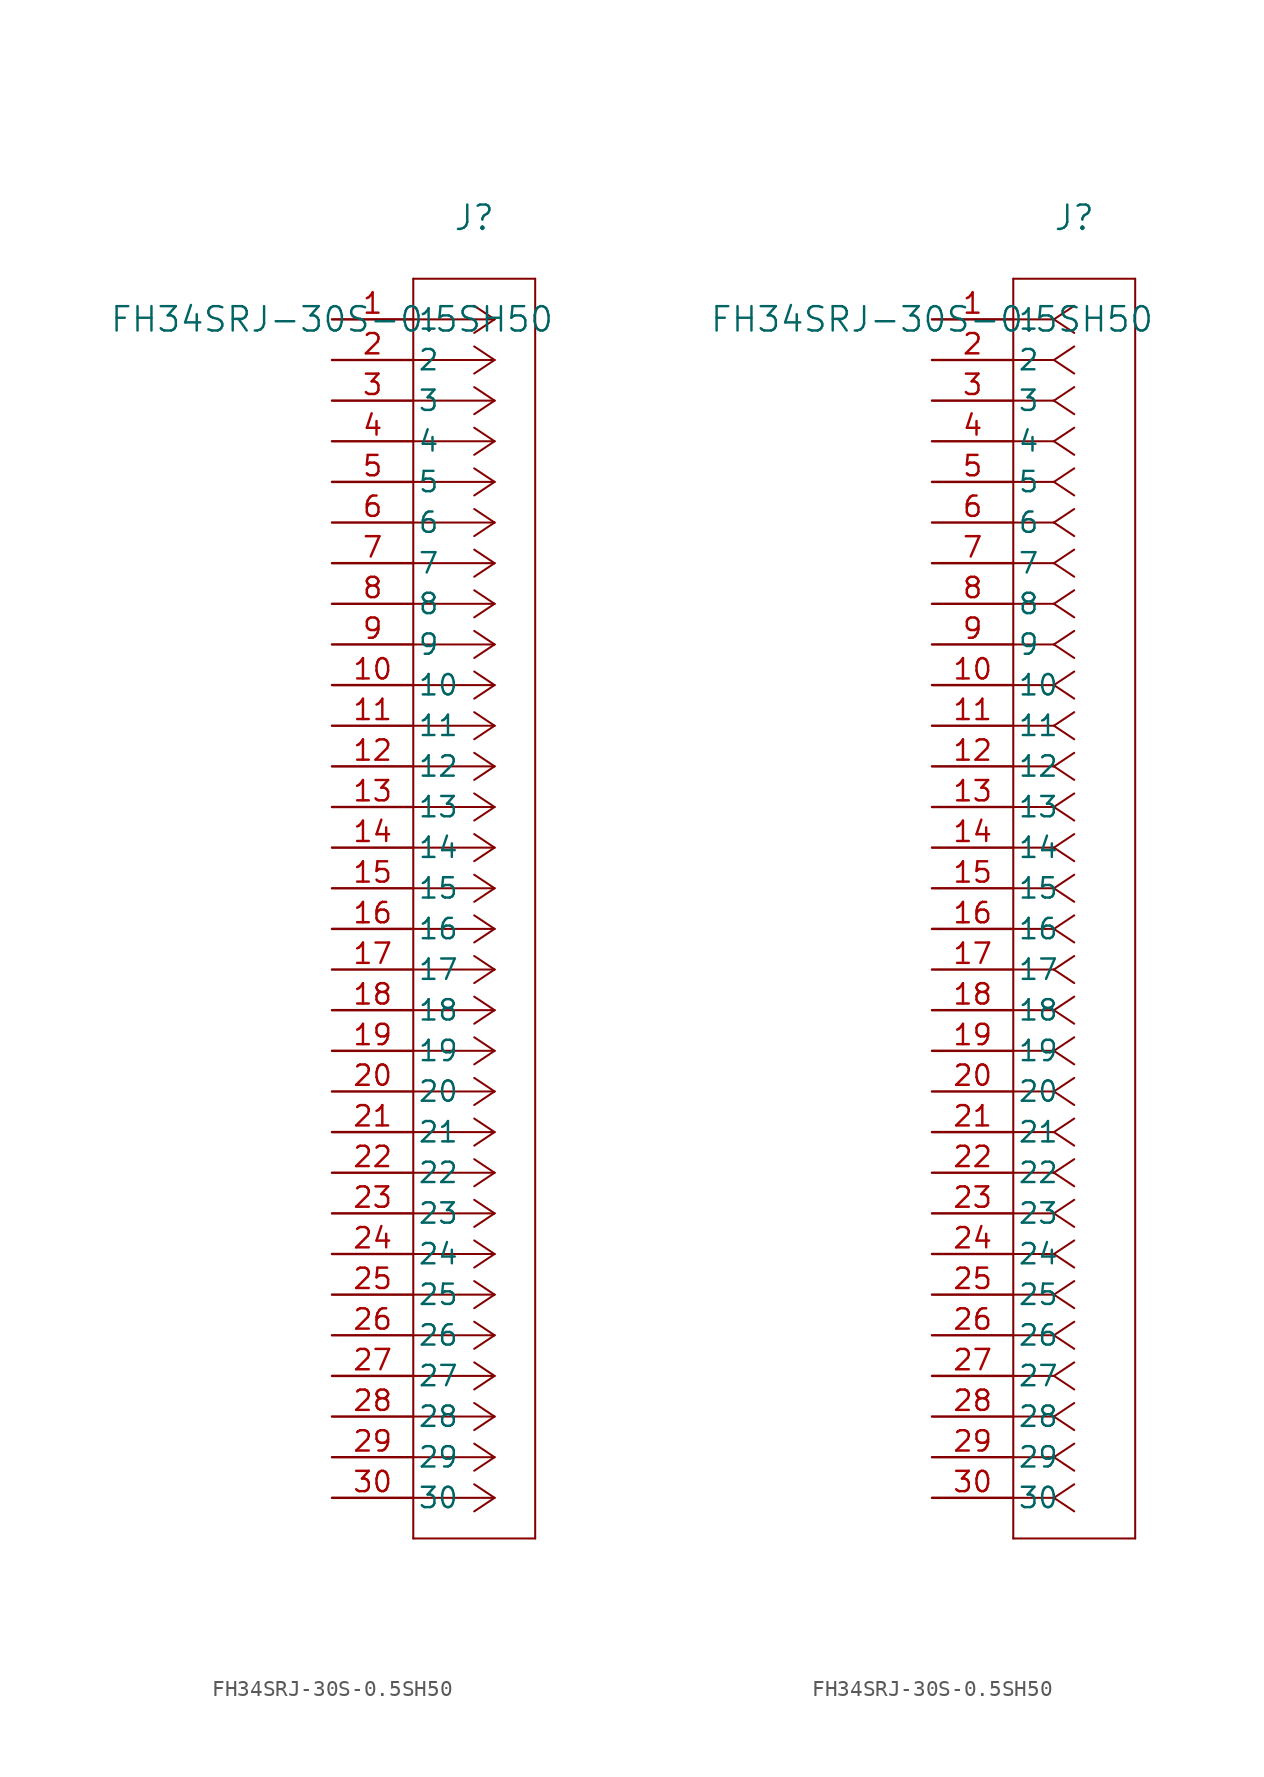
<source format=kicad_sym>
(kicad_symbol_lib
  (version 20211014)
  (generator kicad_symbol_editor)
  (symbol "FH34SRJ-30S-0.5SH50"
    (pin_names
      (offset 0.254))
    (property "Reference" "J"
      (at 8.89 6.35 0)
      (effects (font (size 1.524 1.524))))
    (property "Value" "FH34SRJ-30S-0.5SH50"
      (at 0 0 0)
      (effects (font (size 1.524 1.524))))
    (symbol "FH34SRJ-30S-0.5SH50_1_1"
      (polyline (pts (xy 10.16 0) (xy 5.08 0)) (stroke (width 0.127) (type default) (color 0 0 0 0)) (fill (type none)))
      (polyline (pts (xy 10.16 -2.54) (xy 5.08 -2.54)) (stroke (width 0.127) (type default) (color 0 0 0 0)) (fill (type none)))
      (polyline (pts (xy 10.16 -5.08) (xy 5.08 -5.08)) (stroke (width 0.127) (type default) (color 0 0 0 0)) (fill (type none)))
      (polyline (pts (xy 10.16 -7.62) (xy 5.08 -7.62)) (stroke (width 0.127) (type default) (color 0 0 0 0)) (fill (type none)))
      (polyline (pts (xy 10.16 -10.16) (xy 5.08 -10.16)) (stroke (width 0.127) (type default) (color 0 0 0 0)) (fill (type none)))
      (polyline (pts (xy 10.16 -12.7) (xy 5.08 -12.7)) (stroke (width 0.127) (type default) (color 0 0 0 0)) (fill (type none)))
      (polyline (pts (xy 10.16 -15.24) (xy 5.08 -15.24)) (stroke (width 0.127) (type default) (color 0 0 0 0)) (fill (type none)))
      (polyline (pts (xy 10.16 -17.78) (xy 5.08 -17.78)) (stroke (width 0.127) (type default) (color 0 0 0 0)) (fill (type none)))
      (polyline (pts (xy 10.16 -20.32) (xy 5.08 -20.32)) (stroke (width 0.127) (type default) (color 0 0 0 0)) (fill (type none)))
      (polyline (pts (xy 10.16 -22.86) (xy 5.08 -22.86)) (stroke (width 0.127) (type default) (color 0 0 0 0)) (fill (type none)))
      (polyline (pts (xy 10.16 -25.4) (xy 5.08 -25.4)) (stroke (width 0.127) (type default) (color 0 0 0 0)) (fill (type none)))
      (polyline (pts (xy 10.16 -27.94) (xy 5.08 -27.94)) (stroke (width 0.127) (type default) (color 0 0 0 0)) (fill (type none)))
      (polyline (pts (xy 10.16 -30.48) (xy 5.08 -30.48)) (stroke (width 0.127) (type default) (color 0 0 0 0)) (fill (type none)))
      (polyline (pts (xy 10.16 -33.02) (xy 5.08 -33.02)) (stroke (width 0.127) (type default) (color 0 0 0 0)) (fill (type none)))
      (polyline (pts (xy 10.16 -35.56) (xy 5.08 -35.56)) (stroke (width 0.127) (type default) (color 0 0 0 0)) (fill (type none)))
      (polyline (pts (xy 10.16 -38.1) (xy 5.08 -38.1)) (stroke (width 0.127) (type default) (color 0 0 0 0)) (fill (type none)))
      (polyline (pts (xy 10.16 -40.64) (xy 5.08 -40.64)) (stroke (width 0.127) (type default) (color 0 0 0 0)) (fill (type none)))
      (polyline (pts (xy 10.16 -43.18) (xy 5.08 -43.18)) (stroke (width 0.127) (type default) (color 0 0 0 0)) (fill (type none)))
      (polyline (pts (xy 10.16 -45.72) (xy 5.08 -45.72)) (stroke (width 0.127) (type default) (color 0 0 0 0)) (fill (type none)))
      (polyline (pts (xy 10.16 -48.26) (xy 5.08 -48.26)) (stroke (width 0.127) (type default) (color 0 0 0 0)) (fill (type none)))
      (polyline (pts (xy 10.16 -50.8) (xy 5.08 -50.8)) (stroke (width 0.127) (type default) (color 0 0 0 0)) (fill (type none)))
      (polyline (pts (xy 10.16 -53.34) (xy 5.08 -53.34)) (stroke (width 0.127) (type default) (color 0 0 0 0)) (fill (type none)))
      (polyline (pts (xy 10.16 -55.88) (xy 5.08 -55.88)) (stroke (width 0.127) (type default) (color 0 0 0 0)) (fill (type none)))
      (polyline (pts (xy 10.16 -58.42) (xy 5.08 -58.42)) (stroke (width 0.127) (type default) (color 0 0 0 0)) (fill (type none)))
      (polyline (pts (xy 10.16 -60.96) (xy 5.08 -60.96)) (stroke (width 0.127) (type default) (color 0 0 0 0)) (fill (type none)))
      (polyline (pts (xy 10.16 -63.5) (xy 5.08 -63.5)) (stroke (width 0.127) (type default) (color 0 0 0 0)) (fill (type none)))
      (polyline (pts (xy 10.16 -66.04) (xy 5.08 -66.04)) (stroke (width 0.127) (type default) (color 0 0 0 0)) (fill (type none)))
      (polyline (pts (xy 10.16 -68.58) (xy 5.08 -68.58)) (stroke (width 0.127) (type default) (color 0 0 0 0)) (fill (type none)))
      (polyline (pts (xy 10.16 -71.12) (xy 5.08 -71.12)) (stroke (width 0.127) (type default) (color 0 0 0 0)) (fill (type none)))
      (polyline (pts (xy 10.16 -73.66) (xy 5.08 -73.66)) (stroke (width 0.127) (type default) (color 0 0 0 0)) (fill (type none)))
      (polyline (pts (xy 10.16 0) (xy 8.89 0.847)) (stroke (width 0.127) (type default) (color 0 0 0 0)) (fill (type none)))
      (polyline (pts (xy 10.16 -2.54) (xy 8.89 -1.693)) (stroke (width 0.127) (type default) (color 0 0 0 0)) (fill (type none)))
      (polyline (pts (xy 10.16 -5.08) (xy 8.89 -4.233)) (stroke (width 0.127) (type default) (color 0 0 0 0)) (fill (type none)))
      (polyline (pts (xy 10.16 -7.62) (xy 8.89 -6.773)) (stroke (width 0.127) (type default) (color 0 0 0 0)) (fill (type none)))
      (polyline (pts (xy 10.16 -10.16) (xy 8.89 -9.313)) (stroke (width 0.127) (type default) (color 0 0 0 0)) (fill (type none)))
      (polyline (pts (xy 10.16 -12.7) (xy 8.89 -11.853)) (stroke (width 0.127) (type default) (color 0 0 0 0)) (fill (type none)))
      (polyline (pts (xy 10.16 -15.24) (xy 8.89 -14.393)) (stroke (width 0.127) (type default) (color 0 0 0 0)) (fill (type none)))
      (polyline (pts (xy 10.16 -17.78) (xy 8.89 -16.933)) (stroke (width 0.127) (type default) (color 0 0 0 0)) (fill (type none)))
      (polyline (pts (xy 10.16 -20.32) (xy 8.89 -19.473)) (stroke (width 0.127) (type default) (color 0 0 0 0)) (fill (type none)))
      (polyline (pts (xy 10.16 -22.86) (xy 8.89 -22.013)) (stroke (width 0.127) (type default) (color 0 0 0 0)) (fill (type none)))
      (polyline (pts (xy 10.16 -25.4) (xy 8.89 -24.553)) (stroke (width 0.127) (type default) (color 0 0 0 0)) (fill (type none)))
      (polyline (pts (xy 10.16 -27.94) (xy 8.89 -27.093)) (stroke (width 0.127) (type default) (color 0 0 0 0)) (fill (type none)))
      (polyline (pts (xy 10.16 -30.48) (xy 8.89 -29.633)) (stroke (width 0.127) (type default) (color 0 0 0 0)) (fill (type none)))
      (polyline (pts (xy 10.16 -33.02) (xy 8.89 -32.173)) (stroke (width 0.127) (type default) (color 0 0 0 0)) (fill (type none)))
      (polyline (pts (xy 10.16 -35.56) (xy 8.89 -34.713)) (stroke (width 0.127) (type default) (color 0 0 0 0)) (fill (type none)))
      (polyline (pts (xy 10.16 -38.1) (xy 8.89 -37.253)) (stroke (width 0.127) (type default) (color 0 0 0 0)) (fill (type none)))
      (polyline (pts (xy 10.16 -40.64) (xy 8.89 -39.793)) (stroke (width 0.127) (type default) (color 0 0 0 0)) (fill (type none)))
      (polyline (pts (xy 10.16 -43.18) (xy 8.89 -42.333)) (stroke (width 0.127) (type default) (color 0 0 0 0)) (fill (type none)))
      (polyline (pts (xy 10.16 -45.72) (xy 8.89 -44.873)) (stroke (width 0.127) (type default) (color 0 0 0 0)) (fill (type none)))
      (polyline (pts (xy 10.16 -48.26) (xy 8.89 -47.413)) (stroke (width 0.127) (type default) (color 0 0 0 0)) (fill (type none)))
      (polyline (pts (xy 10.16 -50.8) (xy 8.89 -49.953)) (stroke (width 0.127) (type default) (color 0 0 0 0)) (fill (type none)))
      (polyline (pts (xy 10.16 -53.34) (xy 8.89 -52.493)) (stroke (width 0.127) (type default) (color 0 0 0 0)) (fill (type none)))
      (polyline (pts (xy 10.16 -55.88) (xy 8.89 -55.033)) (stroke (width 0.127) (type default) (color 0 0 0 0)) (fill (type none)))
      (polyline (pts (xy 10.16 -58.42) (xy 8.89 -57.573)) (stroke (width 0.127) (type default) (color 0 0 0 0)) (fill (type none)))
      (polyline (pts (xy 10.16 -60.96) (xy 8.89 -60.113)) (stroke (width 0.127) (type default) (color 0 0 0 0)) (fill (type none)))
      (polyline (pts (xy 10.16 -63.5) (xy 8.89 -62.653)) (stroke (width 0.127) (type default) (color 0 0 0 0)) (fill (type none)))
      (polyline (pts (xy 10.16 -66.04) (xy 8.89 -65.193)) (stroke (width 0.127) (type default) (color 0 0 0 0)) (fill (type none)))
      (polyline (pts (xy 10.16 -68.58) (xy 8.89 -67.733)) (stroke (width 0.127) (type default) (color 0 0 0 0)) (fill (type none)))
      (polyline (pts (xy 10.16 -71.12) (xy 8.89 -70.273)) (stroke (width 0.127) (type default) (color 0 0 0 0)) (fill (type none)))
      (polyline (pts (xy 10.16 -73.66) (xy 8.89 -72.813)) (stroke (width 0.127) (type default) (color 0 0 0 0)) (fill (type none)))
      (polyline (pts (xy 10.16 0) (xy 8.89 -0.847)) (stroke (width 0.127) (type default) (color 0 0 0 0)) (fill (type none)))
      (polyline (pts (xy 10.16 -2.54) (xy 8.89 -3.387)) (stroke (width 0.127) (type default) (color 0 0 0 0)) (fill (type none)))
      (polyline (pts (xy 10.16 -5.08) (xy 8.89 -5.927)) (stroke (width 0.127) (type default) (color 0 0 0 0)) (fill (type none)))
      (polyline (pts (xy 10.16 -7.62) (xy 8.89 -8.467)) (stroke (width 0.127) (type default) (color 0 0 0 0)) (fill (type none)))
      (polyline (pts (xy 10.16 -10.16) (xy 8.89 -11.007)) (stroke (width 0.127) (type default) (color 0 0 0 0)) (fill (type none)))
      (polyline (pts (xy 10.16 -12.7) (xy 8.89 -13.547)) (stroke (width 0.127) (type default) (color 0 0 0 0)) (fill (type none)))
      (polyline (pts (xy 10.16 -15.24) (xy 8.89 -16.087)) (stroke (width 0.127) (type default) (color 0 0 0 0)) (fill (type none)))
      (polyline (pts (xy 10.16 -17.78) (xy 8.89 -18.627)) (stroke (width 0.127) (type default) (color 0 0 0 0)) (fill (type none)))
      (polyline (pts (xy 10.16 -20.32) (xy 8.89 -21.167)) (stroke (width 0.127) (type default) (color 0 0 0 0)) (fill (type none)))
      (polyline (pts (xy 10.16 -22.86) (xy 8.89 -23.707)) (stroke (width 0.127) (type default) (color 0 0 0 0)) (fill (type none)))
      (polyline (pts (xy 10.16 -25.4) (xy 8.89 -26.247)) (stroke (width 0.127) (type default) (color 0 0 0 0)) (fill (type none)))
      (polyline (pts (xy 10.16 -27.94) (xy 8.89 -28.787)) (stroke (width 0.127) (type default) (color 0 0 0 0)) (fill (type none)))
      (polyline (pts (xy 10.16 -30.48) (xy 8.89 -31.327)) (stroke (width 0.127) (type default) (color 0 0 0 0)) (fill (type none)))
      (polyline (pts (xy 10.16 -33.02) (xy 8.89 -33.867)) (stroke (width 0.127) (type default) (color 0 0 0 0)) (fill (type none)))
      (polyline (pts (xy 10.16 -35.56) (xy 8.89 -36.407)) (stroke (width 0.127) (type default) (color 0 0 0 0)) (fill (type none)))
      (polyline (pts (xy 10.16 -38.1) (xy 8.89 -38.947)) (stroke (width 0.127) (type default) (color 0 0 0 0)) (fill (type none)))
      (polyline (pts (xy 10.16 -40.64) (xy 8.89 -41.487)) (stroke (width 0.127) (type default) (color 0 0 0 0)) (fill (type none)))
      (polyline (pts (xy 10.16 -43.18) (xy 8.89 -44.027)) (stroke (width 0.127) (type default) (color 0 0 0 0)) (fill (type none)))
      (polyline (pts (xy 10.16 -45.72) (xy 8.89 -46.567)) (stroke (width 0.127) (type default) (color 0 0 0 0)) (fill (type none)))
      (polyline (pts (xy 10.16 -48.26) (xy 8.89 -49.107)) (stroke (width 0.127) (type default) (color 0 0 0 0)) (fill (type none)))
      (polyline (pts (xy 10.16 -50.8) (xy 8.89 -51.647)) (stroke (width 0.127) (type default) (color 0 0 0 0)) (fill (type none)))
      (polyline (pts (xy 10.16 -53.34) (xy 8.89 -54.187)) (stroke (width 0.127) (type default) (color 0 0 0 0)) (fill (type none)))
      (polyline (pts (xy 10.16 -55.88) (xy 8.89 -56.727)) (stroke (width 0.127) (type default) (color 0 0 0 0)) (fill (type none)))
      (polyline (pts (xy 10.16 -58.42) (xy 8.89 -59.267)) (stroke (width 0.127) (type default) (color 0 0 0 0)) (fill (type none)))
      (polyline (pts (xy 10.16 -60.96) (xy 8.89 -61.807)) (stroke (width 0.127) (type default) (color 0 0 0 0)) (fill (type none)))
      (polyline (pts (xy 10.16 -63.5) (xy 8.89 -64.347)) (stroke (width 0.127) (type default) (color 0 0 0 0)) (fill (type none)))
      (polyline (pts (xy 10.16 -66.04) (xy 8.89 -66.887)) (stroke (width 0.127) (type default) (color 0 0 0 0)) (fill (type none)))
      (polyline (pts (xy 10.16 -68.58) (xy 8.89 -69.427)) (stroke (width 0.127) (type default) (color 0 0 0 0)) (fill (type none)))
      (polyline (pts (xy 10.16 -71.12) (xy 8.89 -71.967)) (stroke (width 0.127) (type default) (color 0 0 0 0)) (fill (type none)))
      (polyline (pts (xy 10.16 -73.66) (xy 8.89 -74.507)) (stroke (width 0.127) (type default) (color 0 0 0 0)) (fill (type none)))
      (polyline (pts (xy 5.08 2.54) (xy 5.08 -76.2)) (stroke (width 0.127) (type default) (color 0 0 0 0)) (fill (type none)))
      (polyline (pts (xy 5.08 -76.2) (xy 12.7 -76.2)) (stroke (width 0.127) (type default) (color 0 0 0 0)) (fill (type none)))
      (polyline (pts (xy 12.7 -76.2) (xy 12.7 2.54)) (stroke (width 0.127) (type default) (color 0 0 0 0)) (fill (type none)))
      (polyline (pts (xy 12.7 2.54) (xy 5.08 2.54)) (stroke (width 0.127) (type default) (color 0 0 0 0)) (fill (type none)))
      (pin unspecified line (at 0 0 0) (length 5.08) (name "1" (effects (font (size 1.27 1.27)))) (number "1" (effects (font (size 1.27 1.27)))))
      (pin unspecified line (at 0 -2.54 0) (length 5.08) (name "2" (effects (font (size 1.27 1.27)))) (number "2" (effects (font (size 1.27 1.27)))))
      (pin unspecified line (at 0 -5.08 0) (length 5.08) (name "3" (effects (font (size 1.27 1.27)))) (number "3" (effects (font (size 1.27 1.27)))))
      (pin unspecified line (at 0 -7.62 0) (length 5.08) (name "4" (effects (font (size 1.27 1.27)))) (number "4" (effects (font (size 1.27 1.27)))))
      (pin unspecified line (at 0 -10.16 0) (length 5.08) (name "5" (effects (font (size 1.27 1.27)))) (number "5" (effects (font (size 1.27 1.27)))))
      (pin unspecified line (at 0 -12.7 0) (length 5.08) (name "6" (effects (font (size 1.27 1.27)))) (number "6" (effects (font (size 1.27 1.27)))))
      (pin unspecified line (at 0 -15.24 0) (length 5.08) (name "7" (effects (font (size 1.27 1.27)))) (number "7" (effects (font (size 1.27 1.27)))))
      (pin unspecified line (at 0 -17.78 0) (length 5.08) (name "8" (effects (font (size 1.27 1.27)))) (number "8" (effects (font (size 1.27 1.27)))))
      (pin unspecified line (at 0 -20.32 0) (length 5.08) (name "9" (effects (font (size 1.27 1.27)))) (number "9" (effects (font (size 1.27 1.27)))))
      (pin unspecified line (at 0 -22.86 0) (length 5.08) (name "10" (effects (font (size 1.27 1.27)))) (number "10" (effects (font (size 1.27 1.27)))))
      (pin unspecified line (at 0 -25.4 0) (length 5.08) (name "11" (effects (font (size 1.27 1.27)))) (number "11" (effects (font (size 1.27 1.27)))))
      (pin unspecified line (at 0 -27.94 0) (length 5.08) (name "12" (effects (font (size 1.27 1.27)))) (number "12" (effects (font (size 1.27 1.27)))))
      (pin unspecified line (at 0 -30.48 0) (length 5.08) (name "13" (effects (font (size 1.27 1.27)))) (number "13" (effects (font (size 1.27 1.27)))))
      (pin unspecified line (at 0 -33.02 0) (length 5.08) (name "14" (effects (font (size 1.27 1.27)))) (number "14" (effects (font (size 1.27 1.27)))))
      (pin unspecified line (at 0 -35.56 0) (length 5.08) (name "15" (effects (font (size 1.27 1.27)))) (number "15" (effects (font (size 1.27 1.27)))))
      (pin unspecified line (at 0 -38.1 0) (length 5.08) (name "16" (effects (font (size 1.27 1.27)))) (number "16" (effects (font (size 1.27 1.27)))))
      (pin unspecified line (at 0 -40.64 0) (length 5.08) (name "17" (effects (font (size 1.27 1.27)))) (number "17" (effects (font (size 1.27 1.27)))))
      (pin unspecified line (at 0 -43.18 0) (length 5.08) (name "18" (effects (font (size 1.27 1.27)))) (number "18" (effects (font (size 1.27 1.27)))))
      (pin unspecified line (at 0 -45.72 0) (length 5.08) (name "19" (effects (font (size 1.27 1.27)))) (number "19" (effects (font (size 1.27 1.27)))))
      (pin unspecified line (at 0 -48.26 0) (length 5.08) (name "20" (effects (font (size 1.27 1.27)))) (number "20" (effects (font (size 1.27 1.27)))))
      (pin unspecified line (at 0 -50.8 0) (length 5.08) (name "21" (effects (font (size 1.27 1.27)))) (number "21" (effects (font (size 1.27 1.27)))))
      (pin unspecified line (at 0 -53.34 0) (length 5.08) (name "22" (effects (font (size 1.27 1.27)))) (number "22" (effects (font (size 1.27 1.27)))))
      (pin unspecified line (at 0 -55.88 0) (length 5.08) (name "23" (effects (font (size 1.27 1.27)))) (number "23" (effects (font (size 1.27 1.27)))))
      (pin unspecified line (at 0 -58.42 0) (length 5.08) (name "24" (effects (font (size 1.27 1.27)))) (number "24" (effects (font (size 1.27 1.27)))))
      (pin unspecified line (at 0 -60.96 0) (length 5.08) (name "25" (effects (font (size 1.27 1.27)))) (number "25" (effects (font (size 1.27 1.27)))))
      (pin unspecified line (at 0 -63.5 0) (length 5.08) (name "26" (effects (font (size 1.27 1.27)))) (number "26" (effects (font (size 1.27 1.27)))))
      (pin unspecified line (at 0 -66.04 0) (length 5.08) (name "27" (effects (font (size 1.27 1.27)))) (number "27" (effects (font (size 1.27 1.27)))))
      (pin unspecified line (at 0 -68.58 0) (length 5.08) (name "28" (effects (font (size 1.27 1.27)))) (number "28" (effects (font (size 1.27 1.27)))))
      (pin unspecified line (at 0 -71.12 0) (length 5.08) (name "29" (effects (font (size 1.27 1.27)))) (number "29" (effects (font (size 1.27 1.27)))))
      (pin unspecified line (at 0 -73.66 0) (length 5.08) (name "30" (effects (font (size 1.27 1.27)))) (number "30" (effects (font (size 1.27 1.27))))))
    (symbol "FH34SRJ-30S-0.5SH50_1_2"
      (polyline (pts (xy 7.62 0) (xy 5.08 0)) (stroke (width 0.127) (type default) (color 0 0 0 0)) (fill (type none)))
      (polyline (pts (xy 7.62 -2.54) (xy 5.08 -2.54)) (stroke (width 0.127) (type default) (color 0 0 0 0)) (fill (type none)))
      (polyline (pts (xy 7.62 -5.08) (xy 5.08 -5.08)) (stroke (width 0.127) (type default) (color 0 0 0 0)) (fill (type none)))
      (polyline (pts (xy 7.62 -7.62) (xy 5.08 -7.62)) (stroke (width 0.127) (type default) (color 0 0 0 0)) (fill (type none)))
      (polyline (pts (xy 7.62 -10.16) (xy 5.08 -10.16)) (stroke (width 0.127) (type default) (color 0 0 0 0)) (fill (type none)))
      (polyline (pts (xy 7.62 -12.7) (xy 5.08 -12.7)) (stroke (width 0.127) (type default) (color 0 0 0 0)) (fill (type none)))
      (polyline (pts (xy 7.62 -15.24) (xy 5.08 -15.24)) (stroke (width 0.127) (type default) (color 0 0 0 0)) (fill (type none)))
      (polyline (pts (xy 7.62 -17.78) (xy 5.08 -17.78)) (stroke (width 0.127) (type default) (color 0 0 0 0)) (fill (type none)))
      (polyline (pts (xy 7.62 -20.32) (xy 5.08 -20.32)) (stroke (width 0.127) (type default) (color 0 0 0 0)) (fill (type none)))
      (polyline (pts (xy 7.62 -22.86) (xy 5.08 -22.86)) (stroke (width 0.127) (type default) (color 0 0 0 0)) (fill (type none)))
      (polyline (pts (xy 7.62 -25.4) (xy 5.08 -25.4)) (stroke (width 0.127) (type default) (color 0 0 0 0)) (fill (type none)))
      (polyline (pts (xy 7.62 -27.94) (xy 5.08 -27.94)) (stroke (width 0.127) (type default) (color 0 0 0 0)) (fill (type none)))
      (polyline (pts (xy 7.62 -30.48) (xy 5.08 -30.48)) (stroke (width 0.127) (type default) (color 0 0 0 0)) (fill (type none)))
      (polyline (pts (xy 7.62 -33.02) (xy 5.08 -33.02)) (stroke (width 0.127) (type default) (color 0 0 0 0)) (fill (type none)))
      (polyline (pts (xy 7.62 -35.56) (xy 5.08 -35.56)) (stroke (width 0.127) (type default) (color 0 0 0 0)) (fill (type none)))
      (polyline (pts (xy 7.62 -38.1) (xy 5.08 -38.1)) (stroke (width 0.127) (type default) (color 0 0 0 0)) (fill (type none)))
      (polyline (pts (xy 7.62 -40.64) (xy 5.08 -40.64)) (stroke (width 0.127) (type default) (color 0 0 0 0)) (fill (type none)))
      (polyline (pts (xy 7.62 -43.18) (xy 5.08 -43.18)) (stroke (width 0.127) (type default) (color 0 0 0 0)) (fill (type none)))
      (polyline (pts (xy 7.62 -45.72) (xy 5.08 -45.72)) (stroke (width 0.127) (type default) (color 0 0 0 0)) (fill (type none)))
      (polyline (pts (xy 7.62 -48.26) (xy 5.08 -48.26)) (stroke (width 0.127) (type default) (color 0 0 0 0)) (fill (type none)))
      (polyline (pts (xy 7.62 -50.8) (xy 5.08 -50.8)) (stroke (width 0.127) (type default) (color 0 0 0 0)) (fill (type none)))
      (polyline (pts (xy 7.62 -53.34) (xy 5.08 -53.34)) (stroke (width 0.127) (type default) (color 0 0 0 0)) (fill (type none)))
      (polyline (pts (xy 7.62 -55.88) (xy 5.08 -55.88)) (stroke (width 0.127) (type default) (color 0 0 0 0)) (fill (type none)))
      (polyline (pts (xy 7.62 -58.42) (xy 5.08 -58.42)) (stroke (width 0.127) (type default) (color 0 0 0 0)) (fill (type none)))
      (polyline (pts (xy 7.62 -60.96) (xy 5.08 -60.96)) (stroke (width 0.127) (type default) (color 0 0 0 0)) (fill (type none)))
      (polyline (pts (xy 7.62 -63.5) (xy 5.08 -63.5)) (stroke (width 0.127) (type default) (color 0 0 0 0)) (fill (type none)))
      (polyline (pts (xy 7.62 -66.04) (xy 5.08 -66.04)) (stroke (width 0.127) (type default) (color 0 0 0 0)) (fill (type none)))
      (polyline (pts (xy 7.62 -68.58) (xy 5.08 -68.58)) (stroke (width 0.127) (type default) (color 0 0 0 0)) (fill (type none)))
      (polyline (pts (xy 7.62 -71.12) (xy 5.08 -71.12)) (stroke (width 0.127) (type default) (color 0 0 0 0)) (fill (type none)))
      (polyline (pts (xy 7.62 -73.66) (xy 5.08 -73.66)) (stroke (width 0.127) (type default) (color 0 0 0 0)) (fill (type none)))
      (polyline (pts (xy 7.62 0) (xy 8.89 0.847)) (stroke (width 0.127) (type default) (color 0 0 0 0)) (fill (type none)))
      (polyline (pts (xy 7.62 -2.54) (xy 8.89 -1.693)) (stroke (width 0.127) (type default) (color 0 0 0 0)) (fill (type none)))
      (polyline (pts (xy 7.62 -5.08) (xy 8.89 -4.233)) (stroke (width 0.127) (type default) (color 0 0 0 0)) (fill (type none)))
      (polyline (pts (xy 7.62 -7.62) (xy 8.89 -6.773)) (stroke (width 0.127) (type default) (color 0 0 0 0)) (fill (type none)))
      (polyline (pts (xy 7.62 -10.16) (xy 8.89 -9.313)) (stroke (width 0.127) (type default) (color 0 0 0 0)) (fill (type none)))
      (polyline (pts (xy 7.62 -12.7) (xy 8.89 -11.853)) (stroke (width 0.127) (type default) (color 0 0 0 0)) (fill (type none)))
      (polyline (pts (xy 7.62 -15.24) (xy 8.89 -14.393)) (stroke (width 0.127) (type default) (color 0 0 0 0)) (fill (type none)))
      (polyline (pts (xy 7.62 -17.78) (xy 8.89 -16.933)) (stroke (width 0.127) (type default) (color 0 0 0 0)) (fill (type none)))
      (polyline (pts (xy 7.62 -20.32) (xy 8.89 -19.473)) (stroke (width 0.127) (type default) (color 0 0 0 0)) (fill (type none)))
      (polyline (pts (xy 7.62 -22.86) (xy 8.89 -22.013)) (stroke (width 0.127) (type default) (color 0 0 0 0)) (fill (type none)))
      (polyline (pts (xy 7.62 -25.4) (xy 8.89 -24.553)) (stroke (width 0.127) (type default) (color 0 0 0 0)) (fill (type none)))
      (polyline (pts (xy 7.62 -27.94) (xy 8.89 -27.093)) (stroke (width 0.127) (type default) (color 0 0 0 0)) (fill (type none)))
      (polyline (pts (xy 7.62 -30.48) (xy 8.89 -29.633)) (stroke (width 0.127) (type default) (color 0 0 0 0)) (fill (type none)))
      (polyline (pts (xy 7.62 -33.02) (xy 8.89 -32.173)) (stroke (width 0.127) (type default) (color 0 0 0 0)) (fill (type none)))
      (polyline (pts (xy 7.62 -35.56) (xy 8.89 -34.713)) (stroke (width 0.127) (type default) (color 0 0 0 0)) (fill (type none)))
      (polyline (pts (xy 7.62 -38.1) (xy 8.89 -37.253)) (stroke (width 0.127) (type default) (color 0 0 0 0)) (fill (type none)))
      (polyline (pts (xy 7.62 -40.64) (xy 8.89 -39.793)) (stroke (width 0.127) (type default) (color 0 0 0 0)) (fill (type none)))
      (polyline (pts (xy 7.62 -43.18) (xy 8.89 -42.333)) (stroke (width 0.127) (type default) (color 0 0 0 0)) (fill (type none)))
      (polyline (pts (xy 7.62 -45.72) (xy 8.89 -44.873)) (stroke (width 0.127) (type default) (color 0 0 0 0)) (fill (type none)))
      (polyline (pts (xy 7.62 -48.26) (xy 8.89 -47.413)) (stroke (width 0.127) (type default) (color 0 0 0 0)) (fill (type none)))
      (polyline (pts (xy 7.62 -50.8) (xy 8.89 -49.953)) (stroke (width 0.127) (type default) (color 0 0 0 0)) (fill (type none)))
      (polyline (pts (xy 7.62 -53.34) (xy 8.89 -52.493)) (stroke (width 0.127) (type default) (color 0 0 0 0)) (fill (type none)))
      (polyline (pts (xy 7.62 -55.88) (xy 8.89 -55.033)) (stroke (width 0.127) (type default) (color 0 0 0 0)) (fill (type none)))
      (polyline (pts (xy 7.62 -58.42) (xy 8.89 -57.573)) (stroke (width 0.127) (type default) (color 0 0 0 0)) (fill (type none)))
      (polyline (pts (xy 7.62 -60.96) (xy 8.89 -60.113)) (stroke (width 0.127) (type default) (color 0 0 0 0)) (fill (type none)))
      (polyline (pts (xy 7.62 -63.5) (xy 8.89 -62.653)) (stroke (width 0.127) (type default) (color 0 0 0 0)) (fill (type none)))
      (polyline (pts (xy 7.62 -66.04) (xy 8.89 -65.193)) (stroke (width 0.127) (type default) (color 0 0 0 0)) (fill (type none)))
      (polyline (pts (xy 7.62 -68.58) (xy 8.89 -67.733)) (stroke (width 0.127) (type default) (color 0 0 0 0)) (fill (type none)))
      (polyline (pts (xy 7.62 -71.12) (xy 8.89 -70.273)) (stroke (width 0.127) (type default) (color 0 0 0 0)) (fill (type none)))
      (polyline (pts (xy 7.62 -73.66) (xy 8.89 -72.813)) (stroke (width 0.127) (type default) (color 0 0 0 0)) (fill (type none)))
      (polyline (pts (xy 7.62 0) (xy 8.89 -0.847)) (stroke (width 0.127) (type default) (color 0 0 0 0)) (fill (type none)))
      (polyline (pts (xy 7.62 -2.54) (xy 8.89 -3.387)) (stroke (width 0.127) (type default) (color 0 0 0 0)) (fill (type none)))
      (polyline (pts (xy 7.62 -5.08) (xy 8.89 -5.927)) (stroke (width 0.127) (type default) (color 0 0 0 0)) (fill (type none)))
      (polyline (pts (xy 7.62 -7.62) (xy 8.89 -8.467)) (stroke (width 0.127) (type default) (color 0 0 0 0)) (fill (type none)))
      (polyline (pts (xy 7.62 -10.16) (xy 8.89 -11.007)) (stroke (width 0.127) (type default) (color 0 0 0 0)) (fill (type none)))
      (polyline (pts (xy 7.62 -12.7) (xy 8.89 -13.547)) (stroke (width 0.127) (type default) (color 0 0 0 0)) (fill (type none)))
      (polyline (pts (xy 7.62 -15.24) (xy 8.89 -16.087)) (stroke (width 0.127) (type default) (color 0 0 0 0)) (fill (type none)))
      (polyline (pts (xy 7.62 -17.78) (xy 8.89 -18.627)) (stroke (width 0.127) (type default) (color 0 0 0 0)) (fill (type none)))
      (polyline (pts (xy 7.62 -20.32) (xy 8.89 -21.167)) (stroke (width 0.127) (type default) (color 0 0 0 0)) (fill (type none)))
      (polyline (pts (xy 7.62 -22.86) (xy 8.89 -23.707)) (stroke (width 0.127) (type default) (color 0 0 0 0)) (fill (type none)))
      (polyline (pts (xy 7.62 -25.4) (xy 8.89 -26.247)) (stroke (width 0.127) (type default) (color 0 0 0 0)) (fill (type none)))
      (polyline (pts (xy 7.62 -27.94) (xy 8.89 -28.787)) (stroke (width 0.127) (type default) (color 0 0 0 0)) (fill (type none)))
      (polyline (pts (xy 7.62 -30.48) (xy 8.89 -31.327)) (stroke (width 0.127) (type default) (color 0 0 0 0)) (fill (type none)))
      (polyline (pts (xy 7.62 -33.02) (xy 8.89 -33.867)) (stroke (width 0.127) (type default) (color 0 0 0 0)) (fill (type none)))
      (polyline (pts (xy 7.62 -35.56) (xy 8.89 -36.407)) (stroke (width 0.127) (type default) (color 0 0 0 0)) (fill (type none)))
      (polyline (pts (xy 7.62 -38.1) (xy 8.89 -38.947)) (stroke (width 0.127) (type default) (color 0 0 0 0)) (fill (type none)))
      (polyline (pts (xy 7.62 -40.64) (xy 8.89 -41.487)) (stroke (width 0.127) (type default) (color 0 0 0 0)) (fill (type none)))
      (polyline (pts (xy 7.62 -43.18) (xy 8.89 -44.027)) (stroke (width 0.127) (type default) (color 0 0 0 0)) (fill (type none)))
      (polyline (pts (xy 7.62 -45.72) (xy 8.89 -46.567)) (stroke (width 0.127) (type default) (color 0 0 0 0)) (fill (type none)))
      (polyline (pts (xy 7.62 -48.26) (xy 8.89 -49.107)) (stroke (width 0.127) (type default) (color 0 0 0 0)) (fill (type none)))
      (polyline (pts (xy 7.62 -50.8) (xy 8.89 -51.647)) (stroke (width 0.127) (type default) (color 0 0 0 0)) (fill (type none)))
      (polyline (pts (xy 7.62 -53.34) (xy 8.89 -54.187)) (stroke (width 0.127) (type default) (color 0 0 0 0)) (fill (type none)))
      (polyline (pts (xy 7.62 -55.88) (xy 8.89 -56.727)) (stroke (width 0.127) (type default) (color 0 0 0 0)) (fill (type none)))
      (polyline (pts (xy 7.62 -58.42) (xy 8.89 -59.267)) (stroke (width 0.127) (type default) (color 0 0 0 0)) (fill (type none)))
      (polyline (pts (xy 7.62 -60.96) (xy 8.89 -61.807)) (stroke (width 0.127) (type default) (color 0 0 0 0)) (fill (type none)))
      (polyline (pts (xy 7.62 -63.5) (xy 8.89 -64.347)) (stroke (width 0.127) (type default) (color 0 0 0 0)) (fill (type none)))
      (polyline (pts (xy 7.62 -66.04) (xy 8.89 -66.887)) (stroke (width 0.127) (type default) (color 0 0 0 0)) (fill (type none)))
      (polyline (pts (xy 7.62 -68.58) (xy 8.89 -69.427)) (stroke (width 0.127) (type default) (color 0 0 0 0)) (fill (type none)))
      (polyline (pts (xy 7.62 -71.12) (xy 8.89 -71.967)) (stroke (width 0.127) (type default) (color 0 0 0 0)) (fill (type none)))
      (polyline (pts (xy 7.62 -73.66) (xy 8.89 -74.507)) (stroke (width 0.127) (type default) (color 0 0 0 0)) (fill (type none)))
      (polyline (pts (xy 5.08 2.54) (xy 5.08 -76.2)) (stroke (width 0.127) (type default) (color 0 0 0 0)) (fill (type none)))
      (polyline (pts (xy 5.08 -76.2) (xy 12.7 -76.2)) (stroke (width 0.127) (type default) (color 0 0 0 0)) (fill (type none)))
      (polyline (pts (xy 12.7 -76.2) (xy 12.7 2.54)) (stroke (width 0.127) (type default) (color 0 0 0 0)) (fill (type none)))
      (polyline (pts (xy 12.7 2.54) (xy 5.08 2.54)) (stroke (width 0.127) (type default) (color 0 0 0 0)) (fill (type none)))
      (pin unspecified line (at 0 0 0) (length 5.08) (name "1" (effects (font (size 1.27 1.27)))) (number "1" (effects (font (size 1.27 1.27)))))
      (pin unspecified line (at 0 -2.54 0) (length 5.08) (name "2" (effects (font (size 1.27 1.27)))) (number "2" (effects (font (size 1.27 1.27)))))
      (pin unspecified line (at 0 -5.08 0) (length 5.08) (name "3" (effects (font (size 1.27 1.27)))) (number "3" (effects (font (size 1.27 1.27)))))
      (pin unspecified line (at 0 -7.62 0) (length 5.08) (name "4" (effects (font (size 1.27 1.27)))) (number "4" (effects (font (size 1.27 1.27)))))
      (pin unspecified line (at 0 -10.16 0) (length 5.08) (name "5" (effects (font (size 1.27 1.27)))) (number "5" (effects (font (size 1.27 1.27)))))
      (pin unspecified line (at 0 -12.7 0) (length 5.08) (name "6" (effects (font (size 1.27 1.27)))) (number "6" (effects (font (size 1.27 1.27)))))
      (pin unspecified line (at 0 -15.24 0) (length 5.08) (name "7" (effects (font (size 1.27 1.27)))) (number "7" (effects (font (size 1.27 1.27)))))
      (pin unspecified line (at 0 -17.78 0) (length 5.08) (name "8" (effects (font (size 1.27 1.27)))) (number "8" (effects (font (size 1.27 1.27)))))
      (pin unspecified line (at 0 -20.32 0) (length 5.08) (name "9" (effects (font (size 1.27 1.27)))) (number "9" (effects (font (size 1.27 1.27)))))
      (pin unspecified line (at 0 -22.86 0) (length 5.08) (name "10" (effects (font (size 1.27 1.27)))) (number "10" (effects (font (size 1.27 1.27)))))
      (pin unspecified line (at 0 -25.4 0) (length 5.08) (name "11" (effects (font (size 1.27 1.27)))) (number "11" (effects (font (size 1.27 1.27)))))
      (pin unspecified line (at 0 -27.94 0) (length 5.08) (name "12" (effects (font (size 1.27 1.27)))) (number "12" (effects (font (size 1.27 1.27)))))
      (pin unspecified line (at 0 -30.48 0) (length 5.08) (name "13" (effects (font (size 1.27 1.27)))) (number "13" (effects (font (size 1.27 1.27)))))
      (pin unspecified line (at 0 -33.02 0) (length 5.08) (name "14" (effects (font (size 1.27 1.27)))) (number "14" (effects (font (size 1.27 1.27)))))
      (pin unspecified line (at 0 -35.56 0) (length 5.08) (name "15" (effects (font (size 1.27 1.27)))) (number "15" (effects (font (size 1.27 1.27)))))
      (pin unspecified line (at 0 -38.1 0) (length 5.08) (name "16" (effects (font (size 1.27 1.27)))) (number "16" (effects (font (size 1.27 1.27)))))
      (pin unspecified line (at 0 -40.64 0) (length 5.08) (name "17" (effects (font (size 1.27 1.27)))) (number "17" (effects (font (size 1.27 1.27)))))
      (pin unspecified line (at 0 -43.18 0) (length 5.08) (name "18" (effects (font (size 1.27 1.27)))) (number "18" (effects (font (size 1.27 1.27)))))
      (pin unspecified line (at 0 -45.72 0) (length 5.08) (name "19" (effects (font (size 1.27 1.27)))) (number "19" (effects (font (size 1.27 1.27)))))
      (pin unspecified line (at 0 -48.26 0) (length 5.08) (name "20" (effects (font (size 1.27 1.27)))) (number "20" (effects (font (size 1.27 1.27)))))
      (pin unspecified line (at 0 -50.8 0) (length 5.08) (name "21" (effects (font (size 1.27 1.27)))) (number "21" (effects (font (size 1.27 1.27)))))
      (pin unspecified line (at 0 -53.34 0) (length 5.08) (name "22" (effects (font (size 1.27 1.27)))) (number "22" (effects (font (size 1.27 1.27)))))
      (pin unspecified line (at 0 -55.88 0) (length 5.08) (name "23" (effects (font (size 1.27 1.27)))) (number "23" (effects (font (size 1.27 1.27)))))
      (pin unspecified line (at 0 -58.42 0) (length 5.08) (name "24" (effects (font (size 1.27 1.27)))) (number "24" (effects (font (size 1.27 1.27)))))
      (pin unspecified line (at 0 -60.96 0) (length 5.08) (name "25" (effects (font (size 1.27 1.27)))) (number "25" (effects (font (size 1.27 1.27)))))
      (pin unspecified line (at 0 -63.5 0) (length 5.08) (name "26" (effects (font (size 1.27 1.27)))) (number "26" (effects (font (size 1.27 1.27)))))
      (pin unspecified line (at 0 -66.04 0) (length 5.08) (name "27" (effects (font (size 1.27 1.27)))) (number "27" (effects (font (size 1.27 1.27)))))
      (pin unspecified line (at 0 -68.58 0) (length 5.08) (name "28" (effects (font (size 1.27 1.27)))) (number "28" (effects (font (size 1.27 1.27)))))
      (pin unspecified line (at 0 -71.12 0) (length 5.08) (name "29" (effects (font (size 1.27 1.27)))) (number "29" (effects (font (size 1.27 1.27)))))
      (pin unspecified line (at 0 -73.66 0) (length 5.08) (name "30" (effects (font (size 1.27 1.27)))) (number "30" (effects (font (size 1.27 1.27))))))))
</source>
